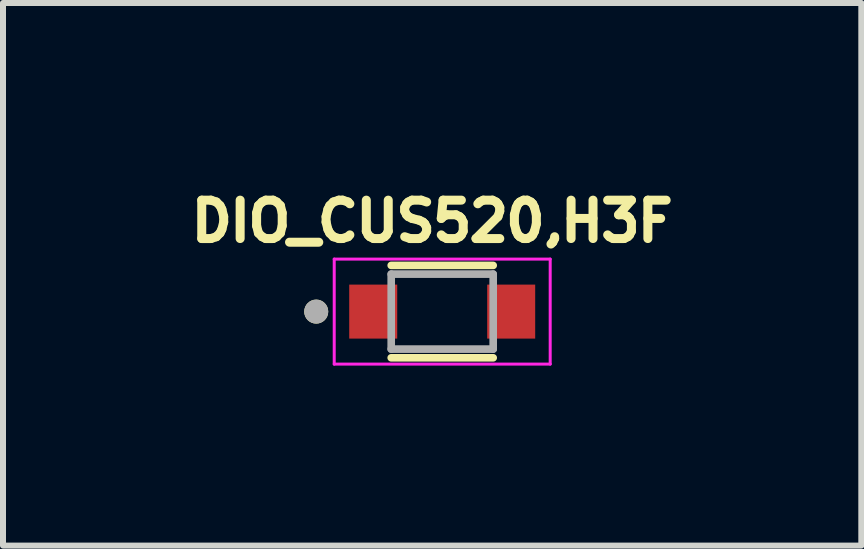
<source format=kicad_pcb>
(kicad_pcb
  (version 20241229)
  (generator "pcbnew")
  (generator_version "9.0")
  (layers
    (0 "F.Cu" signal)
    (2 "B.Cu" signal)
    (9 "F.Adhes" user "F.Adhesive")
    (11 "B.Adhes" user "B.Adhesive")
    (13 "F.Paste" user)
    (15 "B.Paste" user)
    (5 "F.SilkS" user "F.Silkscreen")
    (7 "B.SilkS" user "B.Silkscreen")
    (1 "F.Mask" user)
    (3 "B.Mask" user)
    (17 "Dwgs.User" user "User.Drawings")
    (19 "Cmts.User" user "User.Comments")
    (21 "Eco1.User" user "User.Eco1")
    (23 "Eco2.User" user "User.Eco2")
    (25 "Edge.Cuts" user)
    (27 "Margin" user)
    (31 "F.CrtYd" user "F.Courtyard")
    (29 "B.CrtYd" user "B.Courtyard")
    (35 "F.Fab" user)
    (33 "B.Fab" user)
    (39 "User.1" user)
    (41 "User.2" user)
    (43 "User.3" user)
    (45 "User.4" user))
  (footprint "DIO_CUS520,H3F"
    (layer "F.Cu")
    (at 4.321 2.144)
    (property "Reference" "DIO_CUS520,H3F" (at -0.168 -1.506 0) (layer "F.SilkS") (effects (font (size 0.64 0.64) (thickness 0.15))))
    (attr through_hole)
    (fp_line (start -0.85 -0.77) (end 0.85 -0.77) (stroke (width 0.127) (type solid)) (layer "F.SilkS"))
    (fp_line (start -0.85 0.77) (end 0.85 0.77) (stroke (width 0.127) (type solid)) (layer "F.SilkS"))
    (fp_circle (center -2.1 0) (end -2 0) (stroke (width 0.2) (type solid)) (fill no) (layer "F.SilkS"))
    (fp_line (start -1.8 -0.875) (end -1.8 0.875) (stroke (width 0.05) (type solid)) (layer "F.CrtYd"))
    (fp_line (start -1.8 0.875) (end 1.8 0.875) (stroke (width 0.05) (type solid)) (layer "F.CrtYd"))
    (fp_line (start 1.8 -0.875) (end -1.8 -0.875) (stroke (width 0.05) (type solid)) (layer "F.CrtYd"))
    (fp_line (start 1.8 0.875) (end 1.8 -0.875) (stroke (width 0.05) (type solid)) (layer "F.CrtYd"))
    (fp_line (start -0.85 -0.625) (end 0.85 -0.625) (stroke (width 0.127) (type solid)) (layer "F.Fab"))
    (fp_line (start -0.85 0.625) (end -0.85 -0.625) (stroke (width 0.127) (type solid)) (layer "F.Fab"))
    (fp_line (start 0.85 -0.625) (end 0.85 0.625) (stroke (width 0.127) (type solid)) (layer "F.Fab"))
    (fp_line (start 0.85 0.625) (end -0.85 0.625) (stroke (width 0.127) (type solid)) (layer "F.Fab"))
    (fp_circle (center -2.1 0) (end -2 0) (stroke (width 0.2) (type solid)) (fill no) (layer "F.Fab"))
    (pad "1" smd rect (at -1.15 0) (size 0.8 0.9) (layers "F.Cu" "F.Mask" "F.Paste"))
    (pad "2" smd rect (at 1.15 0) (size 0.8 0.9) (layers "F.Cu" "F.Mask" "F.Paste")))
  (gr_rect
    (start -3 -3)
    (end 11.307 6.044)
    (stroke (width 0.1) (type default))
    (fill no)
    (layer "Edge.Cuts")))
</source>
